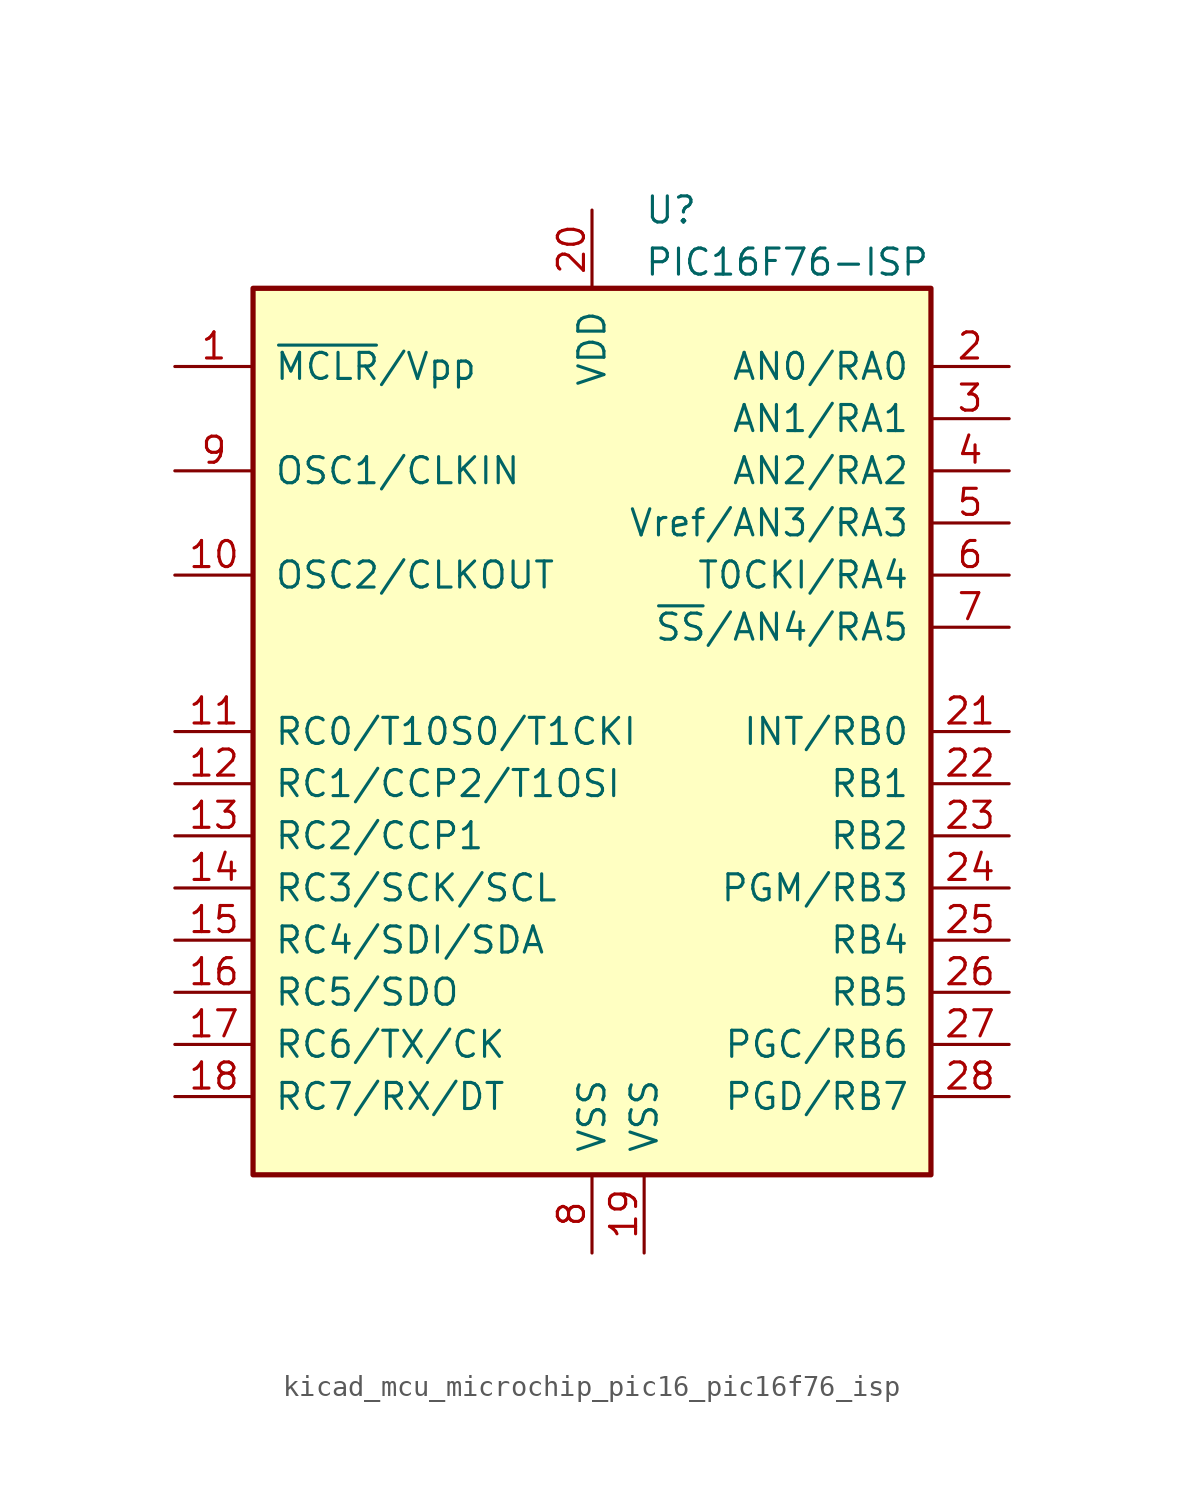
<source format=kicad_sym>
(kicad_symbol_lib
  (version 20220914)
  (generator kicad_symbol_editor)
  (symbol "kicad_mcu_microchip_pic16_pic16f76_isp"
    (pin_names
      (offset 1.016))
    (property "Reference" "U"
      (at 2.54 25.4 0)
      (effects (font (size 1.27 1.27)) (justify left)))
    (property "Value" "PIC16F76-ISP"
      (at 2.54 22.86 0)
      (effects (font (size 1.27 1.27)) (justify left)))
    (symbol "kicad_mcu_microchip_pic16_pic16f76_isp_0_1"
      (rectangle (start -16.51 -21.59) (end 16.51 21.59) (stroke (width 0.254) (type default)) (fill (type background))))
    (symbol "kicad_mcu_microchip_pic16_pic16f76_isp_1_1"
      (pin input line (at -20.32 17.78 0) (length 3.81) (name "~{MCLR}/Vpp" (effects (font (size 1.27 1.27)))) (number "1" (effects (font (size 1.27 1.27)))))
      (pin output line (at -20.32 7.62 0) (length 3.81) (name "OSC2/CLKOUT" (effects (font (size 1.27 1.27)))) (number "10" (effects (font (size 1.27 1.27)))))
      (pin bidirectional line (at -20.32 0 0) (length 3.81) (name "RC0/T10S0/T1CKI" (effects (font (size 1.27 1.27)))) (number "11" (effects (font (size 1.27 1.27)))))
      (pin bidirectional line (at -20.32 -2.54 0) (length 3.81) (name "RC1/CCP2/T1OSI" (effects (font (size 1.27 1.27)))) (number "12" (effects (font (size 1.27 1.27)))))
      (pin bidirectional line (at -20.32 -5.08 0) (length 3.81) (name "RC2/CCP1" (effects (font (size 1.27 1.27)))) (number "13" (effects (font (size 1.27 1.27)))))
      (pin bidirectional line (at -20.32 -7.62 0) (length 3.81) (name "RC3/SCK/SCL" (effects (font (size 1.27 1.27)))) (number "14" (effects (font (size 1.27 1.27)))))
      (pin bidirectional line (at -20.32 -10.16 0) (length 3.81) (name "RC4/SDI/SDA" (effects (font (size 1.27 1.27)))) (number "15" (effects (font (size 1.27 1.27)))))
      (pin bidirectional line (at -20.32 -12.7 0) (length 3.81) (name "RC5/SDO" (effects (font (size 1.27 1.27)))) (number "16" (effects (font (size 1.27 1.27)))))
      (pin bidirectional line (at -20.32 -15.24 0) (length 3.81) (name "RC6/TX/CK" (effects (font (size 1.27 1.27)))) (number "17" (effects (font (size 1.27 1.27)))))
      (pin bidirectional line (at -20.32 -17.78 0) (length 3.81) (name "RC7/RX/DT" (effects (font (size 1.27 1.27)))) (number "18" (effects (font (size 1.27 1.27)))))
      (pin power_in line (at 2.54 -25.4 90) (length 3.81) (name "VSS" (effects (font (size 1.27 1.27)))) (number "19" (effects (font (size 1.27 1.27)))))
      (pin bidirectional line (at 20.32 17.78 180) (length 3.81) (name "AN0/RA0" (effects (font (size 1.27 1.27)))) (number "2" (effects (font (size 1.27 1.27)))))
      (pin power_in line (at 0 25.4 270) (length 3.81) (name "VDD" (effects (font (size 1.27 1.27)))) (number "20" (effects (font (size 1.27 1.27)))))
      (pin bidirectional line (at 20.32 0 180) (length 3.81) (name "INT/RB0" (effects (font (size 1.27 1.27)))) (number "21" (effects (font (size 1.27 1.27)))))
      (pin bidirectional line (at 20.32 -2.54 180) (length 3.81) (name "RB1" (effects (font (size 1.27 1.27)))) (number "22" (effects (font (size 1.27 1.27)))))
      (pin bidirectional line (at 20.32 -5.08 180) (length 3.81) (name "RB2" (effects (font (size 1.27 1.27)))) (number "23" (effects (font (size 1.27 1.27)))))
      (pin bidirectional line (at 20.32 -7.62 180) (length 3.81) (name "PGM/RB3" (effects (font (size 1.27 1.27)))) (number "24" (effects (font (size 1.27 1.27)))))
      (pin bidirectional line (at 20.32 -10.16 180) (length 3.81) (name "RB4" (effects (font (size 1.27 1.27)))) (number "25" (effects (font (size 1.27 1.27)))))
      (pin bidirectional line (at 20.32 -12.7 180) (length 3.81) (name "RB5" (effects (font (size 1.27 1.27)))) (number "26" (effects (font (size 1.27 1.27)))))
      (pin bidirectional line (at 20.32 -15.24 180) (length 3.81) (name "PGC/RB6" (effects (font (size 1.27 1.27)))) (number "27" (effects (font (size 1.27 1.27)))))
      (pin bidirectional line (at 20.32 -17.78 180) (length 3.81) (name "PGD/RB7" (effects (font (size 1.27 1.27)))) (number "28" (effects (font (size 1.27 1.27)))))
      (pin bidirectional line (at 20.32 15.24 180) (length 3.81) (name "AN1/RA1" (effects (font (size 1.27 1.27)))) (number "3" (effects (font (size 1.27 1.27)))))
      (pin bidirectional line (at 20.32 12.7 180) (length 3.81) (name "AN2/RA2" (effects (font (size 1.27 1.27)))) (number "4" (effects (font (size 1.27 1.27)))))
      (pin bidirectional line (at 20.32 10.16 180) (length 3.81) (name "Vref/AN3/RA3" (effects (font (size 1.27 1.27)))) (number "5" (effects (font (size 1.27 1.27)))))
      (pin bidirectional line (at 20.32 7.62 180) (length 3.81) (name "T0CKI/RA4" (effects (font (size 1.27 1.27)))) (number "6" (effects (font (size 1.27 1.27)))))
      (pin bidirectional line (at 20.32 5.08 180) (length 3.81) (name "~{SS}/AN4/RA5" (effects (font (size 1.27 1.27)))) (number "7" (effects (font (size 1.27 1.27)))))
      (pin power_in line (at 0 -25.4 90) (length 3.81) (name "VSS" (effects (font (size 1.27 1.27)))) (number "8" (effects (font (size 1.27 1.27)))))
      (pin input line (at -20.32 12.7 0) (length 3.81) (name "OSC1/CLKIN" (effects (font (size 1.27 1.27)))) (number "9" (effects (font (size 1.27 1.27))))))))
</source>
